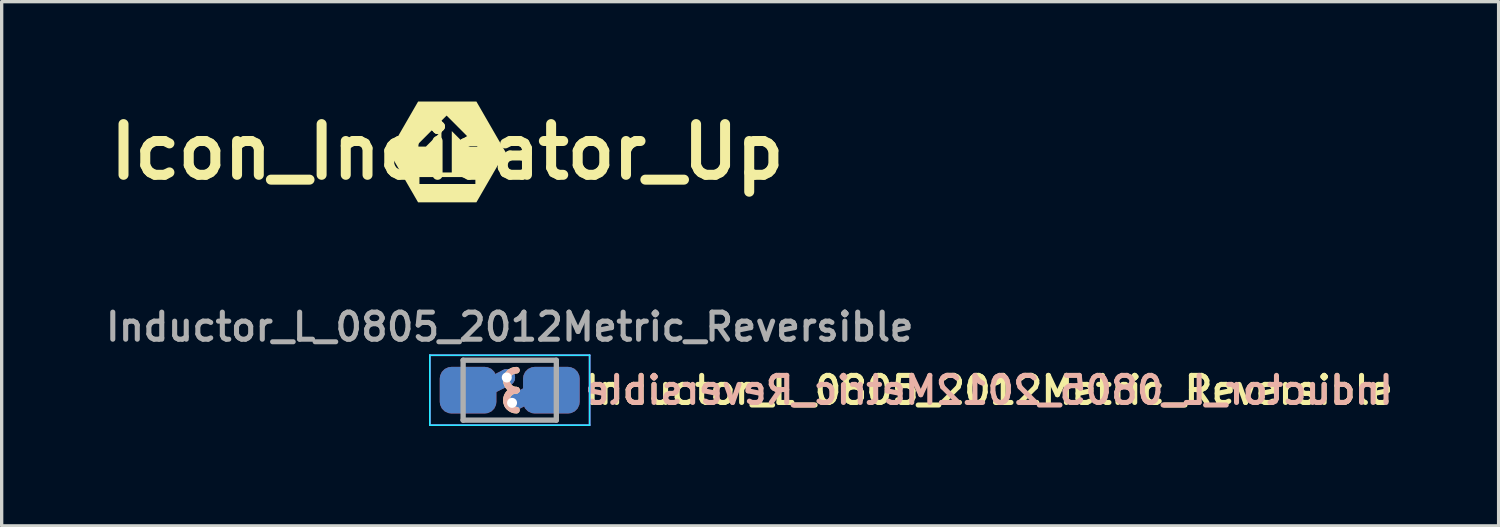
<source format=kicad_pcb>
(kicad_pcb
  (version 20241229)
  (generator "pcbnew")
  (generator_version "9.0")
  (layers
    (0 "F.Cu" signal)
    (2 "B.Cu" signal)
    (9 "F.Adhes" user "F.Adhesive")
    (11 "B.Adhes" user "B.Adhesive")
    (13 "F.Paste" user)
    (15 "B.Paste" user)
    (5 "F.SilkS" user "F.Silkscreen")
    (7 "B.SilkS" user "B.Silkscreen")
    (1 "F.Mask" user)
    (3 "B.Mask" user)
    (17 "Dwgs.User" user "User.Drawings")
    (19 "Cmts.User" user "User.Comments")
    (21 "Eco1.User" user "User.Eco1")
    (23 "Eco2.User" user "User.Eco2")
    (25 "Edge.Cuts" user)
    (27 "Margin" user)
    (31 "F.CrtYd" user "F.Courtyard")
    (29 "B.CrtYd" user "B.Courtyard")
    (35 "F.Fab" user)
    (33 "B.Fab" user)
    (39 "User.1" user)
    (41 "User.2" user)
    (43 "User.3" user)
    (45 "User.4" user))
  (footprint "Icon_Indicator_Up"
    (layer "F.Cu")
    (at 10.385 1.512)
    (property "Reference" "Icon_Indicator_Up" (at 0 0 0) (layer "F.SilkS") (effects (font (size 1.524 1.524) (thickness 0.3))))
    (attr board_only exclude_from_pos_files exclude_from_bom)
    (fp_poly (pts (xy 1.312 -0.756) (xy 1.333 -0.72) (xy 1.354 -0.684) (xy 1.374 -0.648) (xy 1.394 -0.614) (xy 1.414 -0.579) (xy 1.434 -0.545) (xy 1.453 -0.512) (xy 1.471 -0.48) (xy 1.49 -0.448) (xy 1.508 -0.417) (xy 1.525 -0.387) (xy 1.542 -0.357) (xy 1.559 -0.329) (xy 1.575 -0.301) (xy 1.59 -0.274) (xy 1.605 -0.249) (xy 1.619 -0.224) (xy 1.633 -0.2) (xy 1.646 -0.178) (xy 1.658 -0.156) (xy 1.67 -0.136) (xy 1.681 -0.117) (xy 1.691 -0.099) (xy 1.7 -0.083) (xy 1.709 -0.067) (xy 1.717 -0.054) (xy 1.724 -0.041) (xy 1.73 -0.03) (xy 1.736 -0.021) (xy 1.74 -0.013) (xy 1.744 -0.007) (xy 1.746 -0.002) (xy 1.748 0.001) (xy 1.749 0.002) (xy 1.749 0.003) (xy 1.748 0.004) (xy 1.747 0.006) (xy 1.745 0.011) (xy 1.741 0.016) (xy 1.737 0.024) (xy 1.732 0.033) (xy 1.726 0.044) (xy 1.719 0.056) (xy 1.711 0.069) (xy 1.702 0.084) (xy 1.693 0.1) (xy 1.683 0.118) (xy 1.672 0.136) (xy 1.661 0.156) (xy 1.649 0.178) (xy 1.636 0.2) (xy 1.622 0.223) (xy 1.608 0.248) (xy 1.594 0.273) (xy 1.578 0.3) (xy 1.562 0.327) (xy 1.546 0.356) (xy 1.529 0.385) (xy 1.512 0.415) (xy 1.494 0.446) (xy 1.476 0.477) (xy 1.457 0.51) (xy 1.438 0.543) (xy 1.419 0.576) (xy 1.399 0.61) (xy 1.379 0.645) (xy 1.359 0.68) (xy 1.338 0.716) (xy 1.317 0.752) (xy 1.313 0.76) (xy 0.876 1.516) (xy -0.876 1.516) (xy -0.877 1.514) (xy -0.878 1.513) (xy -0.88 1.51) (xy -0.882 1.505) (xy -0.886 1.499) (xy -0.89 1.491) (xy -0.896 1.482) (xy -0.902 1.472) (xy -0.909 1.46) (xy -0.916 1.446) (xy -0.925 1.432) (xy -0.934 1.416) (xy -0.944 1.398) (xy -0.955 1.38) (xy -0.966 1.361) (xy -0.978 1.34) (xy -0.99 1.319) (xy -1.003 1.297) (xy -1.016 1.273) (xy -1.03 1.249) (xy -1.045 1.224) (xy -1.06 1.198) (xy -1.075 1.172) (xy -1.091 1.145) (xy -1.107 1.117) (xy -1.123 1.089) (xy -1.14 1.06) (xy -1.156 1.031) (xy -1.174 1.001) (xy -1.191 0.971) (xy -1.194 0.966) (xy -0.835 0.966) (xy 0.845 0.966) (xy 0.845 0.758) (xy -0.835 0.758) (xy -0.835 0.966) (xy -1.194 0.966) (xy -1.209 0.94) (xy -1.226 0.91) (xy -1.244 0.879) (xy -1.262 0.847) (xy -1.28 0.816) (xy -1.298 0.785) (xy -1.316 0.753) (xy -1.335 0.722) (xy -1.353 0.691) (xy -1.371 0.659) (xy -1.389 0.628) (xy -1.406 0.597) (xy -1.424 0.567) (xy -1.442 0.536) (xy -1.459 0.506) (xy -1.476 0.477) (xy -1.493 0.448) (xy -1.509 0.419) (xy -1.526 0.391) (xy -1.542 0.363) (xy -1.557 0.336) (xy -1.572 0.31) (xy -1.587 0.285) (xy -1.601 0.26) (xy -1.615 0.236) (xy -1.628 0.213) (xy -1.641 0.191) (xy -1.653 0.17) (xy -1.665 0.15) (xy -1.676 0.131) (xy -1.686 0.113) (xy -1.695 0.096) (xy -1.704 0.081) (xy -1.713 0.066) (xy -1.72 0.053) (xy -1.727 0.042) (xy -1.733 0.032) (xy -1.738 0.023) (xy -1.742 0.016) (xy -1.745 0.01) (xy -1.747 0.006) (xy -1.749 0.004) (xy -1.749 0.003) (xy -1.748 0.002) (xy -1.747 -0.001) (xy -1.745 -0.005) (xy -1.741 -0.011) (xy -1.737 -0.018) (xy -1.732 -0.027) (xy -1.726 -0.038) (xy -1.719 -0.05) (xy -1.711 -0.063) (xy -1.702 -0.078) (xy -1.693 -0.094) (xy -1.683 -0.112) (xy -1.672 -0.131) (xy -1.661 -0.151) (xy -1.656 -0.159) (xy -0.95 -0.159) (xy -0.919 -0.159) (xy -0.914 -0.159) (xy -0.907 -0.159) (xy -0.899 -0.159) (xy -0.889 -0.158) (xy -0.877 -0.158) (xy -0.865 -0.158) (xy -0.851 -0.158) (xy -0.836 -0.158) (xy -0.821 -0.158) (xy -0.805 -0.158) (xy -0.789 -0.158) (xy -0.773 -0.158) (xy -0.765 -0.158) (xy -0.641 -0.158) (xy -0.408 -0.391) (xy -0.39 -0.409) (xy -0.372 -0.426) (xy -0.355 -0.444) (xy -0.338 -0.461) (xy -0.322 -0.477) (xy -0.306 -0.493) (xy -0.291 -0.508) (xy -0.276 -0.522) (xy -0.263 -0.536) (xy -0.25 -0.549) (xy -0.238 -0.561) (xy -0.227 -0.572) (xy -0.216 -0.582) (xy -0.207 -0.591) (xy -0.199 -0.6) (xy -0.192 -0.607) (xy -0.186 -0.612) (xy -0.181 -0.617) (xy -0.178 -0.621) (xy -0.175 -0.623) (xy -0.175 -0.623) (xy -0.175 -0.623) (xy -0.174 -0.622) (xy -0.174 -0.619) (xy -0.174 -0.615) (xy -0.174 -0.608) (xy -0.174 -0.599) (xy -0.174 -0.589) (xy -0.174 -0.576) (xy -0.174 -0.562) (xy -0.174 -0.547) (xy -0.174 -0.529) (xy -0.174 -0.51) (xy -0.174 -0.49) (xy -0.174 -0.468) (xy -0.174 -0.444) (xy -0.174 -0.419) (xy -0.174 -0.393) (xy -0.174 -0.365) (xy -0.174 -0.336) (xy -0.174 -0.306) (xy -0.174 -0.274) (xy -0.174 -0.241) (xy -0.174 -0.207) (xy -0.174 -0.172) (xy -0.174 -0.135) (xy -0.174 -0.098) (xy -0.174 -0.059) (xy -0.174 -0.02) (xy -0.174 -0.002) (xy -0.175 0.619) (xy 0.136 0.619) (xy 0.136 0.46) (xy 0.136 0.448) (xy 0.136 0.434) (xy 0.136 0.419) (xy 0.136 0.401) (xy 0.136 0.382) (xy 0.136 0.362) (xy 0.136 0.34) (xy 0.136 0.316) (xy 0.136 0.292) (xy 0.136 0.266) (xy 0.136 0.239) (xy 0.136 0.211) (xy 0.136 0.183) (xy 0.136 0.153) (xy 0.136 0.123) (xy 0.136 0.092) (xy 0.136 0.061) (xy 0.136 0.03) (xy 0.136 -0.002) (xy 0.136 -0.034) (xy 0.136 -0.067) (xy 0.136 -0.099) (xy 0.136 -0.131) (xy 0.136 -0.161) (xy 0.137 -0.624) (xy 0.603 -0.158) (xy 0.912 -0.158) (xy -0.019 -1.09) (xy -0.485 -0.625) (xy -0.95 -0.159) (xy -1.656 -0.159) (xy -1.649 -0.172) (xy -1.636 -0.194) (xy -1.622 -0.217) (xy -1.608 -0.242) (xy -1.594 -0.267) (xy -1.578 -0.294) (xy -1.562 -0.321) (xy -1.546 -0.35) (xy -1.529 -0.379) (xy -1.512 -0.409) (xy -1.494 -0.44) (xy -1.476 -0.471) (xy -1.457 -0.504) (xy -1.438 -0.537) (xy -1.419 -0.57) (xy -1.399 -0.604) (xy -1.379 -0.639) (xy -1.359 -0.674) (xy -1.338 -0.71) (xy -1.317 -0.746) (xy -1.312 -0.755) (xy -0.875 -1.512) (xy 0.876 -1.512)) (stroke (width 0) (type solid)) (fill yes) (layer "F.SilkS")))
  (footprint "Inductor_L_0805_2012Metric_Reversible"
    (layer "F.Cu")
    (at 12.262 8.671)
    (property "Reference" "Inductor_L_0805_2012Metric_Reversible" (at 2.182 0 0) (layer "F.SilkS") (effects (font (size 0.813 0.813) (thickness 0.152)) (justify left)))
    (attr smd)
    (fp_arc (start 0.2 0) (mid -0.1 -0.3) (end 0.2 -0.6) (stroke (width 0.2) (type solid)) (layer "F.SilkS"))
    (fp_arc (start 0.2 0.6) (mid -0.1 0.3) (end 0.2 0) (stroke (width 0.2) (type solid)) (layer "F.SilkS"))
    (fp_arc (start 0.2 0) (mid -0.1 -0.3) (end 0.2 -0.6) (stroke (width 0.2) (type solid)) (layer "B.SilkS"))
    (fp_arc (start 0.2 0.6) (mid -0.1 0.3) (end 0.2 0) (stroke (width 0.2) (type solid)) (layer "B.SilkS"))
    (fp_line (start -2.4 -1.05) (end -2.4 1.05) (stroke (width 0.05) (type solid)) (layer "B.CrtYd"))
    (fp_line (start -2.4 -1.05) (end 2.4 -1.05) (stroke (width 0.05) (type solid)) (layer "B.CrtYd"))
    (fp_line (start 2.4 -1.05) (end 2.4 1.05) (stroke (width 0.05) (type solid)) (layer "B.CrtYd"))
    (fp_line (start 2.4 1.05) (end -2.4 1.05) (stroke (width 0.05) (type solid)) (layer "B.CrtYd"))
    (fp_line (start -2.4 -1.05) (end -2.4 1.05) (stroke (width 0.05) (type solid)) (layer "F.CrtYd"))
    (fp_line (start -2.4 -1.05) (end 2.4 -1.05) (stroke (width 0.05) (type solid)) (layer "F.CrtYd"))
    (fp_line (start 2.4 -1.05) (end 2.4 1.05) (stroke (width 0.05) (type solid)) (layer "F.CrtYd"))
    (fp_line (start 2.4 1.05) (end -2.4 1.05) (stroke (width 0.05) (type solid)) (layer "F.CrtYd"))
    (fp_line (start -1.4 -0.9) (end 1.4 -0.9) (stroke (width 0.16) (type solid)) (layer "F.Fab"))
    (fp_line (start -1.4 0.9) (end -1.4 -0.9) (stroke (width 0.16) (type solid)) (layer "F.Fab"))
    (fp_line (start 1.4 -0.9) (end 1.4 0.9) (stroke (width 0.16) (type solid)) (layer "F.Fab"))
    (fp_line (start 1.4 0.9) (end -1.4 0.9) (stroke (width 0.16) (type solid)) (layer "F.Fab"))
    (fp_text user "${REFERENCE}" (at 2.182 0 0) (layer "B.SilkS") (effects (font (size 0.813 0.813) (thickness 0.152)) (justify right mirror)))
    (fp_text user "${REFERENCE}" (at 0 -1.9 0) (layer "F.Fab") (effects (font (size 0.813 0.813) (thickness 0.152))))
    (pad "1" smd roundrect (at -1.251 0) (size 1.701 1.4) (layers "F.Cu" "F.Mask" "F.Paste") (roundrect_rratio 0.25))
    (pad "1" smd roundrect (at -1.251 0) (size 1.701 1.4) (layers "B.Cu" "B.Mask" "B.Paste") (roundrect_rratio 0.25))
    (pad "1" smd custom (at -0.851 0) (size 0.01 0.01) (layers "F.Cu") (options (anchor circle)) (primitives (gr_line (start 0.762 -0.381) (end 0 0) (width 0.5))))
    (pad "1" smd custom (at -0.851 0) (size 0.01 0.01) (layers "B.Cu") (options (anchor circle)) (primitives (gr_line (start 0.762 -0.381) (end 0 0) (width 0.5))))
    (pad "1" thru_hole circle (at -0.089 -0.381) (size 0.5 0.5) (drill 0.3) (layers "*.Cu"))
    (pad "2" thru_hole circle (at 0.07 0.381) (size 0.5 0.5) (drill 0.3) (layers "*.Cu"))
    (pad "2" smd custom (at 0.851 0) (size 0.01 0.01) (layers "F.Cu") (options (anchor circle)) (primitives (gr_line (start -0.761 0.381) (end 0.001 0) (width 0.5))))
    (pad "2" smd custom (at 0.851 0) (size 0.01 0.01) (layers "B.Cu") (options (anchor circle)) (primitives (gr_line (start -0.761 0.381) (end 0.001 0) (width 0.5))))
    (pad "2" smd roundrect (at 1.251 0) (size 1.701 1.4) (layers "F.Cu" "F.Mask" "F.Paste") (roundrect_rratio 0.25))
    (pad "2" smd roundrect (at 1.251 0) (size 1.701 1.4) (layers "B.Cu" "B.Mask" "B.Paste") (roundrect_rratio 0.25)))
  (gr_rect
    (start -3 -3)
    (end 41.968 12.746)
    (stroke (width 0.1) (type default))
    (fill no)
    (layer "Edge.Cuts")))
</source>
